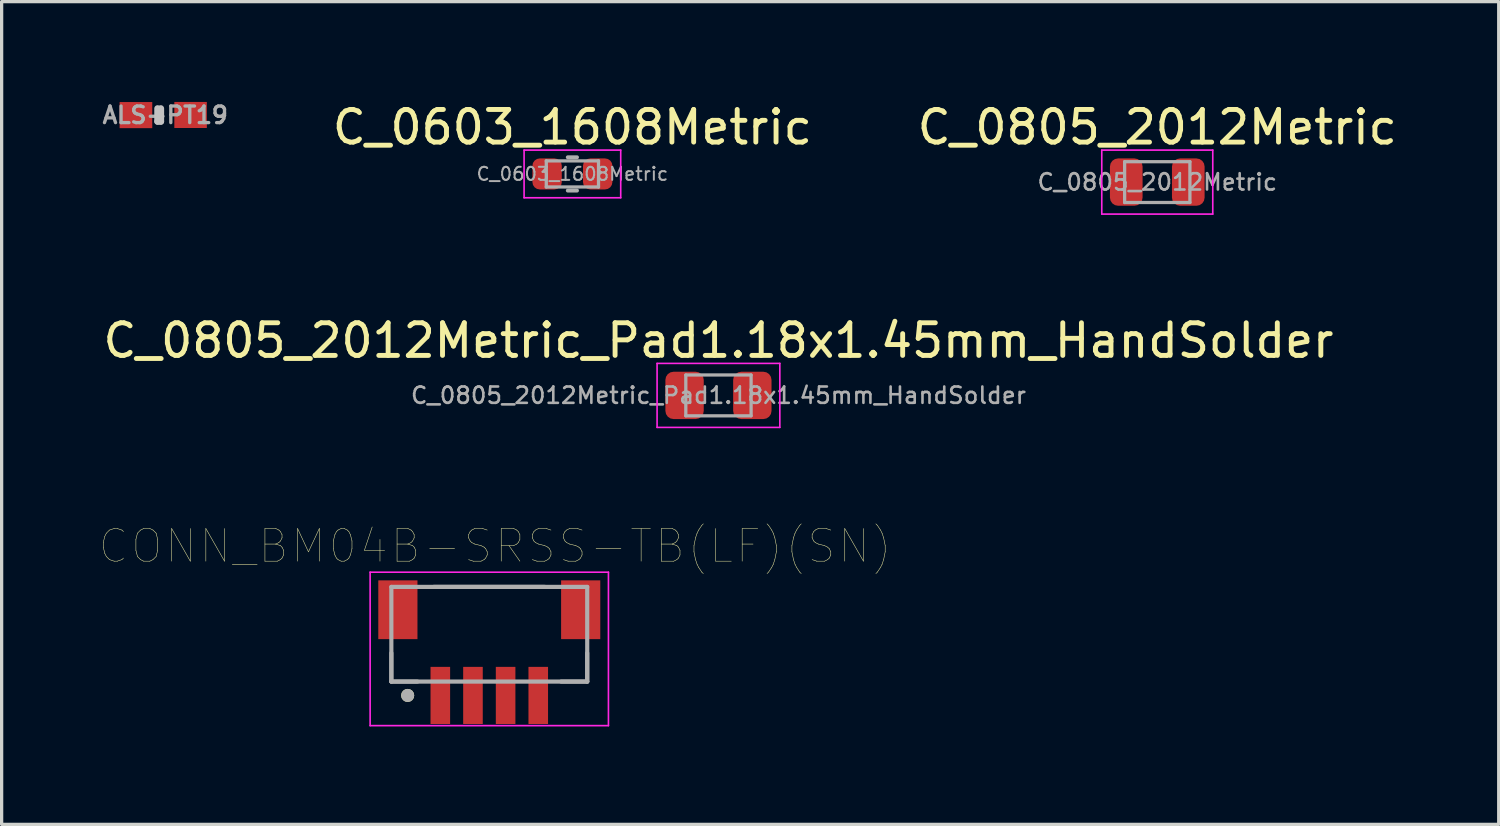
<source format=kicad_pcb>
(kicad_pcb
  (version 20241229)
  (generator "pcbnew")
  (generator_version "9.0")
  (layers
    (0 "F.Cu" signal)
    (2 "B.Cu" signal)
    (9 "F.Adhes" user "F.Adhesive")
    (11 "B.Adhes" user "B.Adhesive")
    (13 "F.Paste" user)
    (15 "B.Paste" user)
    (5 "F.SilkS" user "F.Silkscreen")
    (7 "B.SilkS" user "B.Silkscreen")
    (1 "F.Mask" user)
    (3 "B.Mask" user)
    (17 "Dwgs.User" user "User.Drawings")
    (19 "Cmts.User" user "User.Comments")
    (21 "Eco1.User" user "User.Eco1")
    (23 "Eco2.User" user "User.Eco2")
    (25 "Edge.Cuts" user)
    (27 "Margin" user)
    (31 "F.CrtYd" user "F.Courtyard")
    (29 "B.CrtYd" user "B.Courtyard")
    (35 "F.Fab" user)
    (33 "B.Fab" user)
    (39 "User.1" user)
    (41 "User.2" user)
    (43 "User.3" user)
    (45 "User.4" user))
  (footprint "C_0805_2012Metric"
    (layer "F.Cu")
    (at 32.4 2.528)
    (property "Reference" "C_0805_2012Metric" (at 0 -1.68 0) (layer "F.SilkS") (effects (font (size 1 1) (thickness 0.15))))
    (attr smd)
    (fp_line (start -1.7 -0.98) (end 1.7 -0.98) (stroke (width 0.05) (type solid)) (layer "F.CrtYd"))
    (fp_line (start -1.7 0.98) (end -1.7 -0.98) (stroke (width 0.05) (type solid)) (layer "F.CrtYd"))
    (fp_line (start 1.7 -0.98) (end 1.7 0.98) (stroke (width 0.05) (type solid)) (layer "F.CrtYd"))
    (fp_line (start 1.7 0.98) (end -1.7 0.98) (stroke (width 0.05) (type solid)) (layer "F.CrtYd"))
    (fp_line (start -1 -0.625) (end 1 -0.625) (stroke (width 0.1) (type solid)) (layer "F.Fab"))
    (fp_line (start -1 0.625) (end -1 -0.625) (stroke (width 0.1) (type solid)) (layer "F.Fab"))
    (fp_line (start 1 -0.625) (end 1 0.625) (stroke (width 0.1) (type solid)) (layer "F.Fab"))
    (fp_line (start 1 0.625) (end -1 0.625) (stroke (width 0.1) (type solid)) (layer "F.Fab"))
    (fp_text user "${REFERENCE}" (at 0 0 0) (layer "F.Fab") (effects (font (size 0.5 0.5) (thickness 0.08))))
    (pad "1" smd roundrect (at -0.95 0) (size 1 1.45) (layers "F.Cu" "F.Mask" "F.Paste") (roundrect_rratio 0.25))
    (pad "2" smd roundrect (at 0.95 0) (size 1 1.45) (layers "F.Cu" "F.Mask" "F.Paste") (roundrect_rratio 0.25)))
  (footprint "C_0805_2012Metric_Pad1.18x1.45mm_HandSolder"
    (layer "F.Cu")
    (at 18.958 9.062)
    (property "Reference" "C_0805_2012Metric_Pad1.18x1.45mm_HandSolder" (at 0 -1.68 180) (layer "F.SilkS") (effects (font (size 1 1) (thickness 0.15))))
    (attr smd)
    (fp_line (start -1.88 -0.98) (end 1.88 -0.98) (stroke (width 0.05) (type solid)) (layer "F.CrtYd"))
    (fp_line (start -1.88 0.98) (end -1.88 -0.98) (stroke (width 0.05) (type solid)) (layer "F.CrtYd"))
    (fp_line (start 1.88 -0.98) (end 1.88 0.98) (stroke (width 0.05) (type solid)) (layer "F.CrtYd"))
    (fp_line (start 1.88 0.98) (end -1.88 0.98) (stroke (width 0.05) (type solid)) (layer "F.CrtYd"))
    (fp_line (start -1 -0.625) (end 1 -0.625) (stroke (width 0.1) (type solid)) (layer "F.Fab"))
    (fp_line (start -1 0.625) (end -1 -0.625) (stroke (width 0.1) (type solid)) (layer "F.Fab"))
    (fp_line (start 1 -0.625) (end 1 0.625) (stroke (width 0.1) (type solid)) (layer "F.Fab"))
    (fp_line (start 1 0.625) (end -1 0.625) (stroke (width 0.1) (type solid)) (layer "F.Fab"))
    (fp_text user "${REFERENCE}" (at 0 0 180) (layer "F.Fab") (effects (font (size 0.5 0.5) (thickness 0.08))))
    (pad "1" smd roundrect (at -1.038 0) (size 1.175 1.45) (layers "F.Cu" "F.Mask" "F.Paste") (roundrect_rratio 0.213))
    (pad "2" smd roundrect (at 1.038 0) (size 1.175 1.45) (layers "F.Cu" "F.Mask" "F.Paste") (roundrect_rratio 0.213)))
  (footprint "CONN_BM04B-SRSS-TB(LF)(SN)"
    (layer "F.Cu")
    (at 11.938 16.828)
    (property "Reference" "CONN_BM04B-SRSS-TB(LF)(SN)" (at 0.175 -3.15 180) (layer "F.SilkS") (effects (font (size 1 1) (thickness 0.015))))
    (attr smd)
    (fp_circle (center -2.5 1.425) (end -2.4 1.425) (stroke (width 0.2) (type solid)) (fill no) (layer "F.SilkS"))
    (fp_line (start -3.65 -2.35) (end 3.65 -2.35) (stroke (width 0.05) (type solid)) (layer "F.CrtYd"))
    (fp_line (start -3.65 2.35) (end -3.65 -2.35) (stroke (width 0.05) (type solid)) (layer "F.CrtYd"))
    (fp_line (start 3.65 -2.35) (end 3.65 2.35) (stroke (width 0.05) (type solid)) (layer "F.CrtYd"))
    (fp_line (start 3.65 2.35) (end -3.65 2.35) (stroke (width 0.05) (type solid)) (layer "F.CrtYd"))
    (fp_line (start -3 -1.9) (end 3 -1.9) (stroke (width 0.127) (type solid)) (layer "F.Fab"))
    (fp_line (start -3 0.125) (end -3 1) (stroke (width 0.127) (type solid)) (layer "F.Fab"))
    (fp_line (start -3 1) (end -3 -1.9) (stroke (width 0.127) (type solid)) (layer "F.Fab"))
    (fp_line (start -3 1) (end -2.2 1) (stroke (width 0.127) (type solid)) (layer "F.Fab"))
    (fp_line (start -1.7 -1.9) (end 1.7 -1.9) (stroke (width 0.127) (type solid)) (layer "F.Fab"))
    (fp_line (start 3 -1.9) (end 3 1) (stroke (width 0.127) (type solid)) (layer "F.Fab"))
    (fp_line (start 3 0.125) (end 3 1) (stroke (width 0.127) (type solid)) (layer "F.Fab"))
    (fp_line (start 3 1) (end -3 1) (stroke (width 0.127) (type solid)) (layer "F.Fab"))
    (fp_line (start 3 1) (end 2.2 1) (stroke (width 0.127) (type solid)) (layer "F.Fab"))
    (fp_circle (center -2.5 1.425) (end -2.4 1.425) (stroke (width 0.2) (type solid)) (fill no) (layer "F.Fab"))
    (pad "1" smd rect (at -1.5 1.425) (size 0.6 1.75) (layers "F.Cu" "F.Mask" "F.Paste"))
    (pad "2" smd rect (at -0.5 1.425) (size 0.6 1.75) (layers "F.Cu" "F.Mask" "F.Paste"))
    (pad "3" smd rect (at 0.5 1.425) (size 0.6 1.75) (layers "F.Cu" "F.Mask" "F.Paste"))
    (pad "4" smd rect (at 1.5 1.425) (size 0.6 1.75) (layers "F.Cu" "F.Mask" "F.Paste"))
    (pad "S1" smd rect (at -2.8 -1.2) (size 1.2 1.8) (layers "F.Cu" "F.Mask" "F.Paste"))
    (pad "S2" smd rect (at 2.8 -1.2) (size 1.2 1.8) (layers "F.Cu" "F.Mask" "F.Paste")))
  (footprint "ALS-PT19"
    (layer "F.Cu")
    (at 1.975 0.472)
    (property "Reference" "ALS-PT19" (at 0.038 0.004 180) (layer "F.Fab") (effects (font (size 0.508 0.508) (thickness 0.102))))
    (attr smd)
    (fp_line (start -0.198 -0.198) (end -0.198 0.198) (stroke (width 0.203) (type solid)) (layer "Dwgs.User"))
    (fp_line (start -0.099 -0.198) (end -0.099 0.198) (stroke (width 0.203) (type solid)) (layer "Dwgs.User"))
    (fp_line (start -0.099 0.198) (end -0.198 0.198) (stroke (width 0.203) (type solid)) (layer "Dwgs.User"))
    (pad "C" smd rect (at -0.861 0.004) (size 1 0.8) (layers "F.Cu" "F.Mask" "F.Paste"))
    (pad "E" smd rect (at 0.813 0) (size 0.996 0.798) (layers "F.Cu" "F.Mask" "F.Paste")))
  (footprint "C_0603_1608Metric"
    (layer "F.Cu")
    (at 14.484 2.278)
    (property "Reference" "C_0603_1608Metric" (at 0 -1.43 0) (layer "F.SilkS") (effects (font (size 1 1) (thickness 0.15))))
    (attr smd)
    (fp_line (start -1.48 -0.73) (end 1.48 -0.73) (stroke (width 0.05) (type solid)) (layer "F.CrtYd"))
    (fp_line (start -1.48 0.73) (end -1.48 -0.73) (stroke (width 0.05) (type solid)) (layer "F.CrtYd"))
    (fp_line (start 1.48 -0.73) (end 1.48 0.73) (stroke (width 0.05) (type solid)) (layer "F.CrtYd"))
    (fp_line (start 1.48 0.73) (end -1.48 0.73) (stroke (width 0.05) (type solid)) (layer "F.CrtYd"))
    (fp_line (start -0.8 -0.4) (end 0.8 -0.4) (stroke (width 0.1) (type solid)) (layer "F.Fab"))
    (fp_line (start -0.8 0.4) (end -0.8 -0.4) (stroke (width 0.1) (type solid)) (layer "F.Fab"))
    (fp_line (start -0.141 -0.51) (end 0.141 -0.51) (stroke (width 0.12) (type solid)) (layer "F.Fab"))
    (fp_line (start -0.141 0.51) (end 0.141 0.51) (stroke (width 0.12) (type solid)) (layer "F.Fab"))
    (fp_line (start 0.8 -0.4) (end 0.8 0.4) (stroke (width 0.1) (type solid)) (layer "F.Fab"))
    (fp_line (start 0.8 0.4) (end -0.8 0.4) (stroke (width 0.1) (type solid)) (layer "F.Fab"))
    (fp_text user "${REFERENCE}" (at 0 0 0) (layer "F.Fab") (effects (font (size 0.4 0.4) (thickness 0.06))))
    (pad "1" smd roundrect (at -0.775 0) (size 0.9 0.95) (layers "F.Cu" "F.Mask" "F.Paste") (roundrect_rratio 0.25))
    (pad "2" smd roundrect (at 0.775 0) (size 0.9 0.95) (layers "F.Cu" "F.Mask" "F.Paste") (roundrect_rratio 0.25)))
  (gr_rect
    (start -3 -3)
    (end 42.859 22.203)
    (stroke (width 0.1) (type default))
    (fill no)
    (layer "Edge.Cuts")))
</source>
